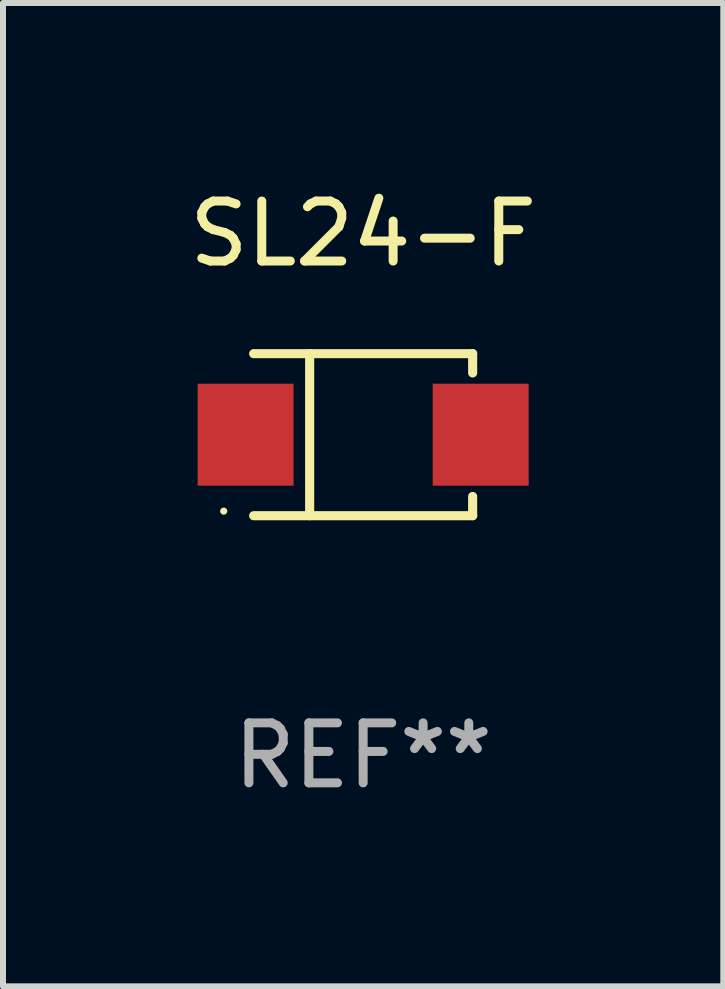
<source format=kicad_pcb>
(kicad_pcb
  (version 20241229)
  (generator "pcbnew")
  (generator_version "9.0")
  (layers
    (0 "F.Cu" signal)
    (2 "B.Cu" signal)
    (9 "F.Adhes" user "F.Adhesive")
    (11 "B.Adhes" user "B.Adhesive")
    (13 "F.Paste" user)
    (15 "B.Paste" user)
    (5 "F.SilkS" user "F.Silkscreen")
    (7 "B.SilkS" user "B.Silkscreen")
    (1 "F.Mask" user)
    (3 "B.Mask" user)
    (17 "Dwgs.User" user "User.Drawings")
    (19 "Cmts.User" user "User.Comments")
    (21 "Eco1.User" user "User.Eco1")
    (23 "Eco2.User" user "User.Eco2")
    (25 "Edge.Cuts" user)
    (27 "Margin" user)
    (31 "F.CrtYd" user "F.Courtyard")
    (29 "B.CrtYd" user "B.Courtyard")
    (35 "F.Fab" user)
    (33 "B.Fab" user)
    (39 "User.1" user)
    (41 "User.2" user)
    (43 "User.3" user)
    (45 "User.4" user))
  (footprint "SL24-F"
    (layer "F.Cu")
    (at 3.006 4.199)
    (property "Reference" "SL24-F" (at 0 -3.351 0) (layer "F.SilkS") (effects (font (size 1 1) (thickness 0.15))))
    (attr through_hole)
    (fp_line (start -1.826 -1.351) (end 1.826 -1.351) (stroke (width 0.152) (type solid)) (layer "F.SilkS"))
    (fp_line (start -1.826 1.351) (end 1.826 1.351) (stroke (width 0.152) (type solid)) (layer "F.SilkS"))
    (fp_line (start -0.892 -1.351) (end -0.892 1.351) (stroke (width 0.152) (type solid)) (layer "F.SilkS"))
    (fp_line (start 1.826 -1.351) (end 1.826 -1.03) (stroke (width 0.152) (type solid)) (layer "F.SilkS"))
    (fp_line (start 1.826 1.03) (end 1.826 1.351) (stroke (width 0.152) (type solid)) (layer "F.SilkS"))
    (fp_circle (center -2.325 1.275) (end -2.295 1.275) (stroke (width 0.06) (type solid)) (fill no) (layer "F.SilkS"))
    (fp_text user "REF**" (at 0 5.351 0) (layer "F.Fab") (effects (font (size 1 1) (thickness 0.15))))
    (pad "1" smd rect (at -1.96 0 180) (size 1.6 1.7) (layers "F.Cu" "F.Mask" "F.Paste"))
    (pad "2" smd rect (at 1.96 0 180) (size 1.6 1.7) (layers "F.Cu" "F.Mask" "F.Paste")))
  (gr_rect
    (start -3 -3)
    (end 9.012 13.399)
    (stroke (width 0.1) (type default))
    (fill no)
    (layer "Edge.Cuts")))
</source>
